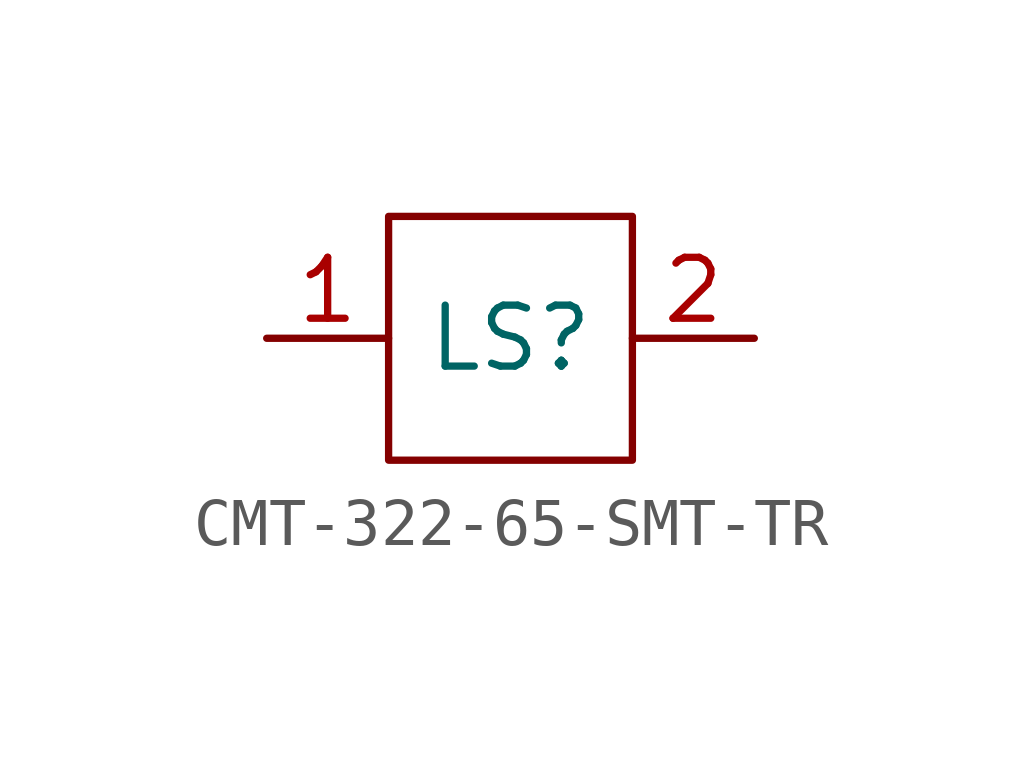
<source format=kicad_sym>
(kicad_symbol_lib
  (version 20241209)
  (generator "kicad_symbol_editor")
  (generator_version "9.0")
  (symbol "CMT-322-65-SMT-TR"
    (property "Reference" "LS"
      (at 0 0 0)
      (effects (font (size 1.27 1.27))))
    (property "Value" ""
      (at 0 0 0)
      (effects (font (size 1.27 1.27))))
    (symbol "CMT-322-65-SMT-TR_0_1"
      (rectangle (start -2.54 -2.54) (end 2.54 2.54) (stroke (width 0) (type default)) (fill (type none))))
    (symbol "CMT-322-65-SMT-TR_1_1"
      (pin passive line (at -5.08 0 0) (length 2.54) (name "" (effects (font (size 1.27 1.27)))) (number "1" (effects (font (size 1.27 1.27)))))
      (pin passive line (at 5.08 0 180) (length 2.54) (name "" (effects (font (size 1.27 1.27)))) (number "2" (effects (font (size 1.27 1.27))))))))
</source>
